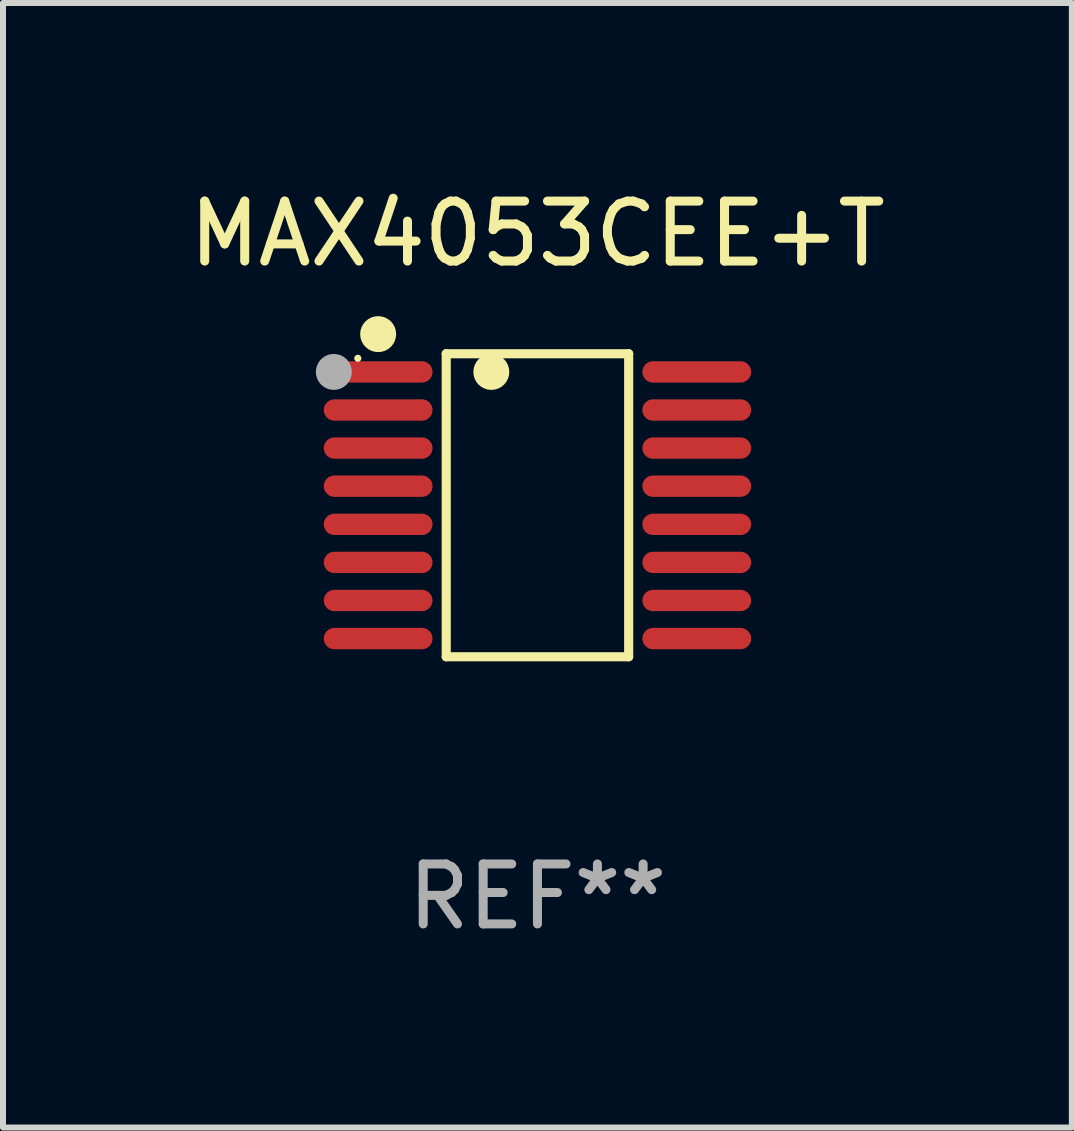
<source format=kicad_pcb>
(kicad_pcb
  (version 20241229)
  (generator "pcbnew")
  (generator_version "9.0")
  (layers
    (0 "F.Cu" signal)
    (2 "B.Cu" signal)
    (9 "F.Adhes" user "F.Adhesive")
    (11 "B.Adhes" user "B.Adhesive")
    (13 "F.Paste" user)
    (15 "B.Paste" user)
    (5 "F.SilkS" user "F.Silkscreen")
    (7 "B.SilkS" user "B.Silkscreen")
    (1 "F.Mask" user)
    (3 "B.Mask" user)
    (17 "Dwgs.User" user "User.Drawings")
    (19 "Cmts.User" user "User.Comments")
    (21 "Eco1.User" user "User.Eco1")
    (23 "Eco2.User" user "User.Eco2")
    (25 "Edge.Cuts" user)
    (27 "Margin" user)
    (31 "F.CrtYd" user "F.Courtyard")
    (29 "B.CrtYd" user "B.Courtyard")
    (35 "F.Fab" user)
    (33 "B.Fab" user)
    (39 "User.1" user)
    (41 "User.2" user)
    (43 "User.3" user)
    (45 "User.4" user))
  (footprint "MAX4053CEE+T"
    (layer "F.Cu")
    (at 5.911 5.374)
    (property "Reference" "MAX4053CEE+T" (at 0 -4.526 0) (layer "F.SilkS") (effects (font (size 1 1) (thickness 0.15))))
    (attr through_hole)
    (fp_line (start -1.521 -2.526) (end 1.521 -2.526) (stroke (width 0.152) (type solid)) (layer "F.SilkS"))
    (fp_line (start -1.521 2.526) (end -1.521 -2.526) (stroke (width 0.152) (type solid)) (layer "F.SilkS"))
    (fp_line (start 1.521 -2.526) (end 1.521 2.526) (stroke (width 0.152) (type solid)) (layer "F.SilkS"))
    (fp_line (start 1.521 2.526) (end -1.521 2.526) (stroke (width 0.152) (type solid)) (layer "F.SilkS"))
    (fp_circle (center -2.995 -2.45) (end -2.965 -2.45) (stroke (width 0.06) (type solid)) (fill no) (layer "F.SilkS"))
    (fp_circle (center -2.656 -2.853) (end -2.506 -2.853) (stroke (width 0.3) (type solid)) (fill no) (layer "F.SilkS"))
    (fp_circle (center -0.769 -2.223) (end -0.619 -2.223) (stroke (width 0.3) (type solid)) (fill no) (layer "F.SilkS"))
    (fp_circle (center -3.395 -2.223) (end -3.245 -2.223) (stroke (width 0.3) (type solid)) (fill no) (layer "F.Fab"))
    (fp_text user "REF**" (at 0 6.526 0) (layer "F.Fab") (effects (font (size 1 1) (thickness 0.15))))
    (pad "1" smd oval (at -2.656 -2.223 270) (size 0.356 1.813) (layers "F.Cu" "F.Mask" "F.Paste"))
    (pad "2" smd oval (at -2.656 -1.588 270) (size 0.356 1.813) (layers "F.Cu" "F.Mask" "F.Paste"))
    (pad "3" smd oval (at -2.656 -0.953 270) (size 0.356 1.813) (layers "F.Cu" "F.Mask" "F.Paste"))
    (pad "4" smd oval (at -2.656 -0.318 270) (size 0.356 1.813) (layers "F.Cu" "F.Mask" "F.Paste"))
    (pad "5" smd oval (at -2.656 0.318 270) (size 0.356 1.813) (layers "F.Cu" "F.Mask" "F.Paste"))
    (pad "6" smd oval (at -2.656 0.953 270) (size 0.356 1.813) (layers "F.Cu" "F.Mask" "F.Paste"))
    (pad "7" smd oval (at -2.656 1.588 270) (size 0.356 1.813) (layers "F.Cu" "F.Mask" "F.Paste"))
    (pad "8" smd oval (at -2.656 2.223 270) (size 0.356 1.813) (layers "F.Cu" "F.Mask" "F.Paste"))
    (pad "9" smd oval (at 2.656 2.223 270) (size 0.356 1.813) (layers "F.Cu" "F.Mask" "F.Paste"))
    (pad "10" smd oval (at 2.656 1.588 270) (size 0.356 1.813) (layers "F.Cu" "F.Mask" "F.Paste"))
    (pad "11" smd oval (at 2.656 0.953 270) (size 0.356 1.813) (layers "F.Cu" "F.Mask" "F.Paste"))
    (pad "12" smd oval (at 2.656 0.318 270) (size 0.356 1.813) (layers "F.Cu" "F.Mask" "F.Paste"))
    (pad "13" smd oval (at 2.656 -0.318 270) (size 0.356 1.813) (layers "F.Cu" "F.Mask" "F.Paste"))
    (pad "14" smd oval (at 2.656 -0.953 270) (size 0.356 1.813) (layers "F.Cu" "F.Mask" "F.Paste"))
    (pad "15" smd oval (at 2.656 -1.588 270) (size 0.356 1.813) (layers "F.Cu" "F.Mask" "F.Paste"))
    (pad "16" smd oval (at 2.656 -2.223 270) (size 0.356 1.813) (layers "F.Cu" "F.Mask" "F.Paste")))
  (gr_rect
    (start -3 -3)
    (end 14.821 15.749)
    (stroke (width 0.1) (type default))
    (fill no)
    (layer "Edge.Cuts")))
</source>
